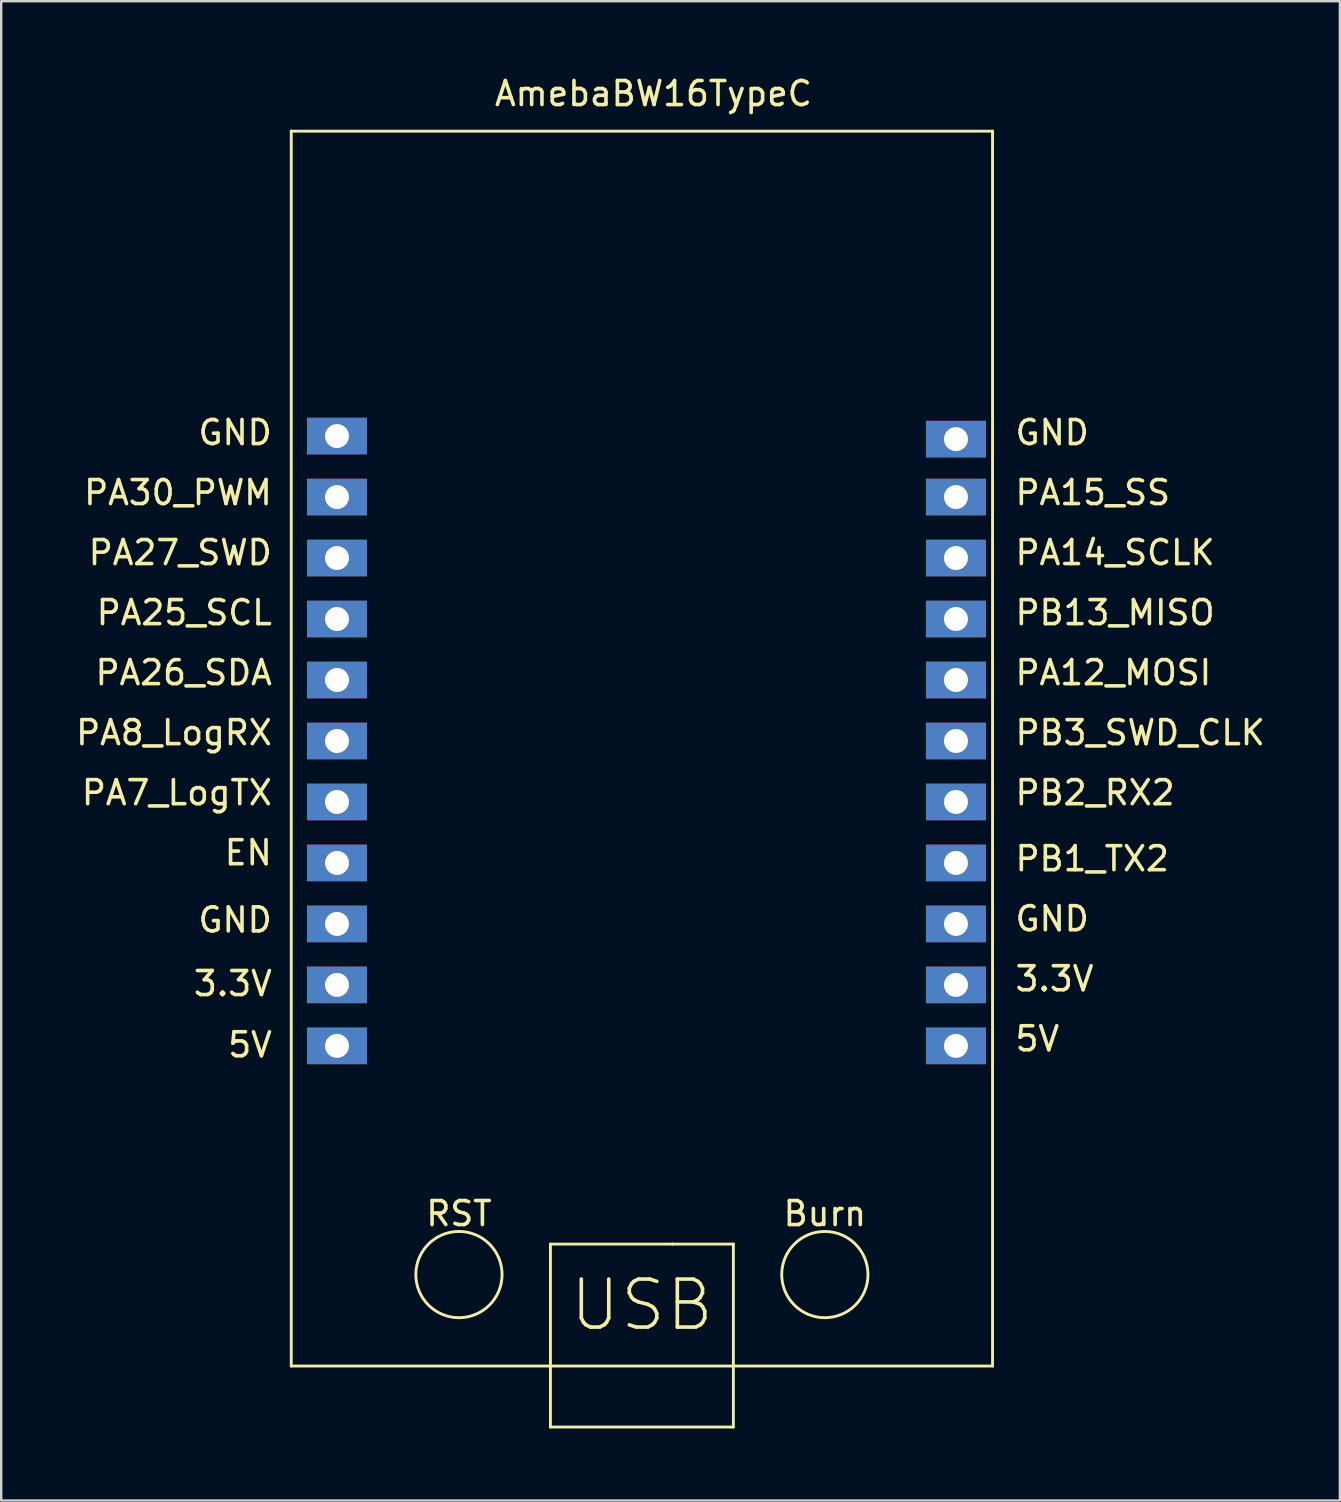
<source format=kicad_pcb>
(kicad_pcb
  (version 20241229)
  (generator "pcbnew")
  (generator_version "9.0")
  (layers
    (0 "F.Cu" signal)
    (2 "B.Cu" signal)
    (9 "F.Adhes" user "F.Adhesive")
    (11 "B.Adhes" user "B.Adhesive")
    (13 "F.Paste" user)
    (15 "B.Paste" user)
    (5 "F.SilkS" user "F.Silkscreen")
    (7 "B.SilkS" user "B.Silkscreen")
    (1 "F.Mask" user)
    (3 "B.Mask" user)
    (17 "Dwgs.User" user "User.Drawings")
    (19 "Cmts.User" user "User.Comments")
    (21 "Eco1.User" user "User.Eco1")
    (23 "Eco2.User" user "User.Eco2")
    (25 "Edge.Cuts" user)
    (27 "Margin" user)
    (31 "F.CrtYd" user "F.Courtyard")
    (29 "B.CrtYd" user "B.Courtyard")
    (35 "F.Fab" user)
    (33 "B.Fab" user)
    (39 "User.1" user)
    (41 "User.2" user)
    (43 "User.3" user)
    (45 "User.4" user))
  (footprint "AmebaBW16TypeC"
    (layer "F.Cu")
    (at 9.716 53.848)
    (property "Reference" "AmebaBW16TypeC" (at 14.45 -53 0) (layer "F.SilkS") (effects (font (size 1 1) (thickness 0.15))))
    (attr through_hole)
    (fp_line (start -0.635 -51.435) (end -0.635 0) (stroke (width 0.12) (type solid)) (layer "F.SilkS"))
    (fp_line (start -0.635 -51.435) (end 28.575 -51.435) (stroke (width 0.12) (type solid)) (layer "F.SilkS"))
    (fp_line (start -0.635 0) (end 28.575 0) (stroke (width 0.12) (type solid)) (layer "F.SilkS"))
    (fp_line (start 10.16 -5.08) (end 15.24 -5.08) (stroke (width 0.12) (type solid)) (layer "F.SilkS"))
    (fp_line (start 10.16 2.54) (end 10.16 -5.08) (stroke (width 0.12) (type solid)) (layer "F.SilkS"))
    (fp_line (start 15.24 -5.08) (end 17.78 -5.08) (stroke (width 0.12) (type solid)) (layer "F.SilkS"))
    (fp_line (start 17.78 -5.08) (end 17.78 2.54) (stroke (width 0.12) (type solid)) (layer "F.SilkS"))
    (fp_line (start 17.78 2.54) (end 10.16 2.54) (stroke (width 0.12) (type solid)) (layer "F.SilkS"))
    (fp_line (start 28.575 -51.435) (end 28.575 0) (stroke (width 0.12) (type solid)) (layer "F.SilkS"))
    (fp_circle (center 6.35 -3.81) (end 7.62 -2.54) (stroke (width 0.12) (type solid)) (fill no) (layer "F.SilkS"))
    (fp_circle (center 21.59 -3.81) (end 22.86 -2.54) (stroke (width 0.12) (type solid)) (fill no) (layer "F.SilkS"))
    (fp_text user "RST" (at 6.35 -6.35 0) (layer "F.SilkS") (effects (font (size 1 1) (thickness 0.15))))
    (fp_text user "USB" (at 13.97 -2.54 0) (layer "F.SilkS") (effects (font (size 2 2) (thickness 0.15))))
    (fp_text user "PA25_SCL" (at -5.091 -31.38 0) (layer "F.SilkS") (effects (font (size 1 1) (thickness 0.15))))
    (fp_text user "PB13_MISO" (at 33.679 -31.38 0) (layer "F.SilkS") (effects (font (size 1 1) (thickness 0.15))))
    (fp_text user "3.3V" (at 31.155 -16.13 0) (layer "F.SilkS") (effects (font (size 1 1) (thickness 0.15))))
    (fp_text user "PA26_SDA" (at -5.115 -28.88 0) (layer "F.SilkS") (effects (font (size 1 1) (thickness 0.15))))
    (fp_text user "3.3V" (at -3.068 -15.93 0) (layer "F.SilkS") (effects (font (size 1 1) (thickness 0.15))))
    (fp_text user "PA14_SCLK" (at 33.679 -33.88 0) (layer "F.SilkS") (effects (font (size 1 1) (thickness 0.15))))
    (fp_text user "PA7_LogTX" (at -5.401 -23.88 0) (layer "F.SilkS") (effects (font (size 1 1) (thickness 0.15))))
    (fp_text user "PB2_RX2" (at 32.845 -23.88 0) (layer "F.SilkS") (effects (font (size 1 1) (thickness 0.15))))
    (fp_text user "Burn" (at 21.59 -6.35 0) (layer "F.SilkS") (effects (font (size 1 1) (thickness 0.15))))
    (fp_text user "PA8_LogRX" (at -5.52 -26.38 0) (layer "F.SilkS") (effects (font (size 1 1) (thickness 0.15))))
    (fp_text user "PA12_MOSI" (at 33.607 -28.88 0) (layer "F.SilkS") (effects (font (size 1 1) (thickness 0.15))))
    (fp_text user "GND" (at 31.06 -18.63 0) (layer "F.SilkS") (effects (font (size 1 1) (thickness 0.15))))
    (fp_text user "GND" (at -2.972 -18.58 0) (layer "F.SilkS") (effects (font (size 1 1) (thickness 0.15))))
    (fp_text user "5V" (at -2.353 -13.38 0) (layer "F.SilkS") (effects (font (size 1 1) (thickness 0.15))))
    (fp_text user "GND" (at 31.06 -38.88 0) (layer "F.SilkS") (effects (font (size 1 1) (thickness 0.15))))
    (fp_text user "PA30_PWM" (at -5.353 -36.38 0) (layer "F.SilkS") (effects (font (size 1 1) (thickness 0.15))))
    (fp_text user "5V" (at 30.44 -13.63 0) (layer "F.SilkS") (effects (font (size 1 1) (thickness 0.15))))
    (fp_text user "PB1_TX2" (at 32.726 -21.13 0) (layer "F.SilkS") (effects (font (size 1 1) (thickness 0.15))))
    (fp_text user "PA15_SS" (at 32.75 -36.38 0) (layer "F.SilkS") (effects (font (size 1 1) (thickness 0.15))))
    (fp_text user "EN" (at -2.425 -21.38 0) (layer "F.SilkS") (effects (font (size 1 1) (thickness 0.15))))
    (fp_text user "GND" (at -2.972 -38.88 0) (layer "F.SilkS") (effects (font (size 1 1) (thickness 0.15))))
    (fp_text user "PB3_SWD_CLK" (at 34.726 -26.38 0) (layer "F.SilkS") (effects (font (size 1 1) (thickness 0.15))))
    (fp_text user "PA27_SWD" (at -5.258 -33.88 0) (layer "F.SilkS") (effects (font (size 1 1) (thickness 0.15))))
    (pad "1" thru_hole rect (at 1.27 -38.735) (size 2.5 1.524) (drill 1) (layers "*.Cu" "*.Mask"))
    (pad "2" thru_hole rect (at 1.27 -36.195) (size 2.5 1.524) (drill 1) (layers "*.Cu" "*.Mask"))
    (pad "3" thru_hole rect (at 1.27 -33.655) (size 2.5 1.524) (drill 1) (layers "*.Cu" "*.Mask"))
    (pad "4" thru_hole rect (at 1.27 -31.115) (size 2.5 1.524) (drill 1) (layers "*.Cu" "*.Mask"))
    (pad "5" thru_hole rect (at 1.27 -28.575) (size 2.5 1.524) (drill 1) (layers "*.Cu" "*.Mask"))
    (pad "6" thru_hole rect (at 1.27 -26.035) (size 2.5 1.524) (drill 1) (layers "*.Cu" "*.Mask"))
    (pad "7" thru_hole rect (at 1.27 -23.495) (size 2.5 1.524) (drill 1) (layers "*.Cu" "*.Mask"))
    (pad "8" thru_hole rect (at 1.27 -20.955) (size 2.5 1.524) (drill 1) (layers "*.Cu" "*.Mask"))
    (pad "9" thru_hole rect (at 1.27 -18.415) (size 2.5 1.524) (drill 1) (layers "*.Cu" "*.Mask"))
    (pad "10" thru_hole rect (at 1.27 -15.875) (size 2.5 1.524) (drill 1) (layers "*.Cu" "*.Mask"))
    (pad "11" thru_hole rect (at 1.27 -13.335) (size 2.5 1.524) (drill 1) (layers "*.Cu" "*.Mask"))
    (pad "12" thru_hole rect (at 27.051 -13.335) (size 2.5 1.524) (drill 1) (layers "*.Cu" "*.Mask"))
    (pad "13" thru_hole rect (at 27.051 -15.875) (size 2.5 1.524) (drill 1) (layers "*.Cu" "*.Mask"))
    (pad "14" thru_hole rect (at 27.051 -18.415) (size 2.5 1.524) (drill 1) (layers "*.Cu" "*.Mask"))
    (pad "15" thru_hole rect (at 27.051 -20.955) (size 2.5 1.524) (drill 1) (layers "*.Cu" "*.Mask"))
    (pad "16" thru_hole rect (at 27.051 -23.495) (size 2.5 1.524) (drill 1) (layers "*.Cu" "*.Mask"))
    (pad "17" thru_hole rect (at 27.051 -26.035) (size 2.5 1.524) (drill 1) (layers "*.Cu" "*.Mask"))
    (pad "18" thru_hole rect (at 27.051 -28.575) (size 2.5 1.524) (drill 1) (layers "*.Cu" "*.Mask"))
    (pad "19" thru_hole rect (at 27.051 -31.115) (size 2.5 1.524) (drill 1) (layers "*.Cu" "*.Mask"))
    (pad "20" thru_hole rect (at 27.051 -33.655) (size 2.5 1.524) (drill 1) (layers "*.Cu" "*.Mask"))
    (pad "21" thru_hole rect (at 27.051 -36.195) (size 2.5 1.524) (drill 1) (layers "*.Cu" "*.Mask"))
    (pad "22" thru_hole rect (at 27.051 -38.608) (size 2.5 1.524) (drill 1) (layers "*.Cu" "*.Mask")))
  (gr_rect
    (start -3 -3)
    (end 52.758 59.448)
    (stroke (width 0.1) (type default))
    (fill no)
    (layer "Edge.Cuts")))
</source>
